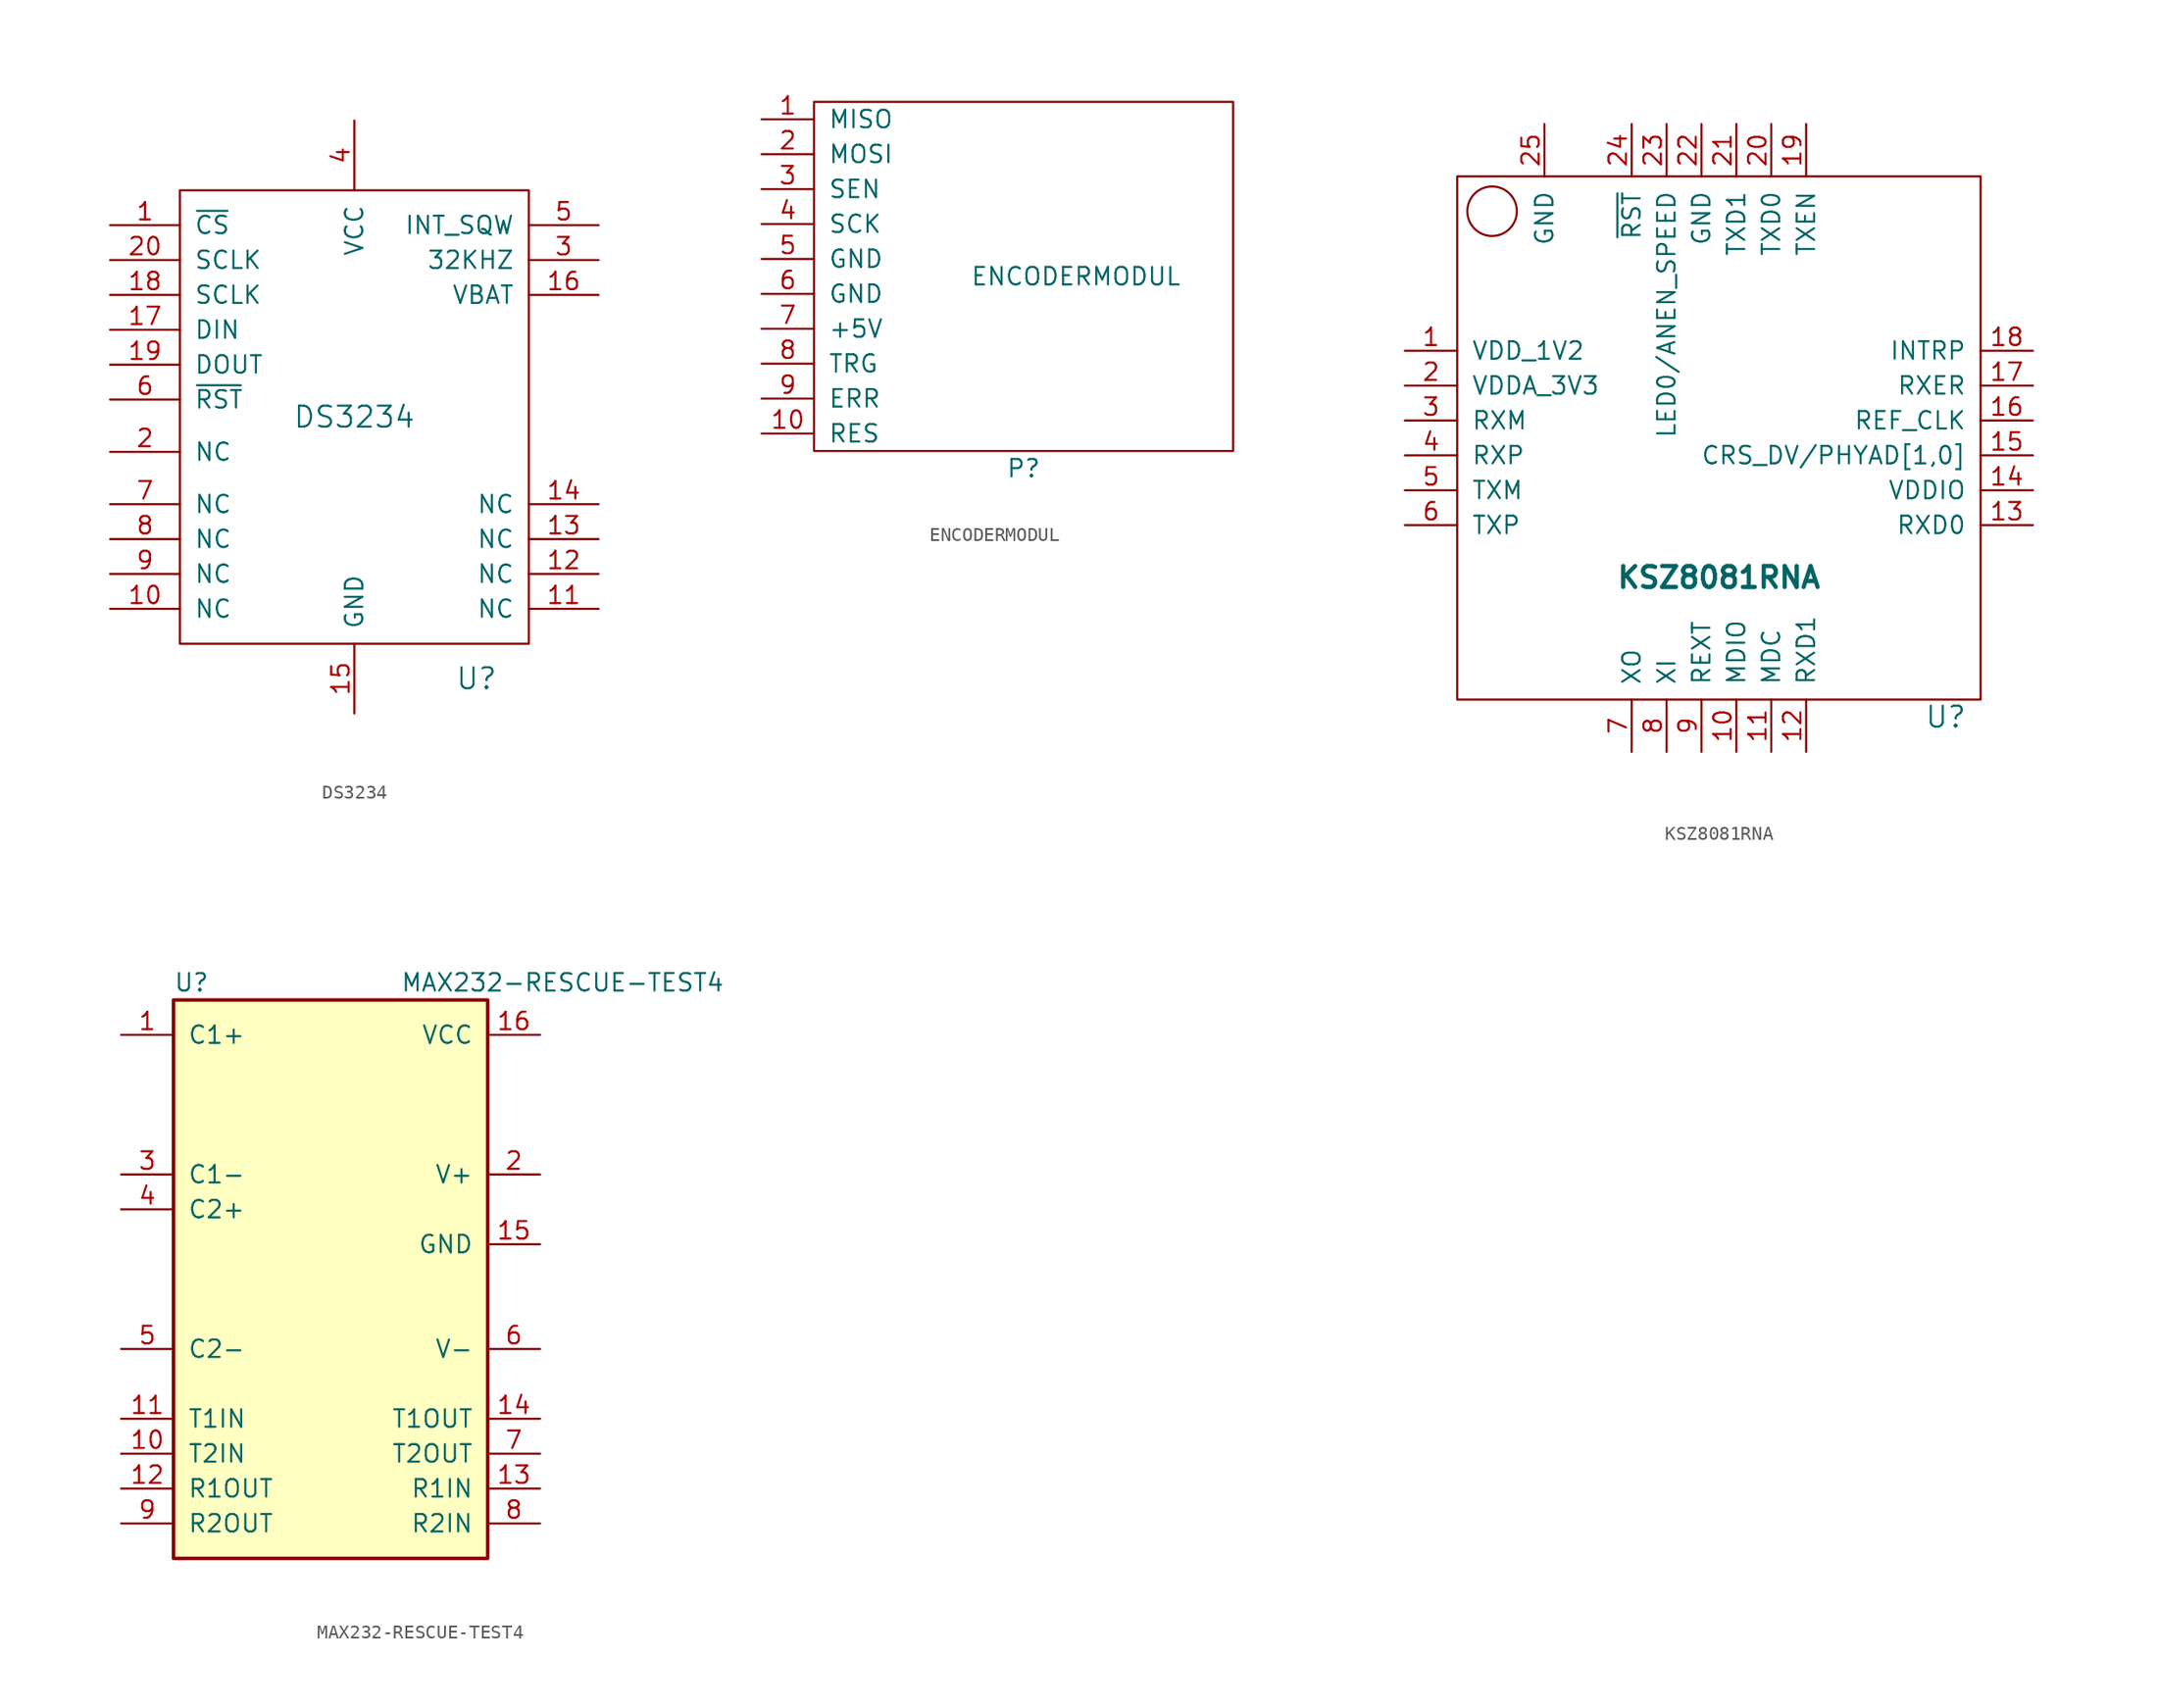
<source format=kicad_sym>
(kicad_symbol_lib
  (version 20231120)
  (generator "kicad_symbol_editor")
  (generator_version "8.0")
  (symbol "DS3234"
    (pin_names
      (offset 1.016))
    (property "Reference" "U"
      (at 8.89 -19.05 0)
      (effects (font (size 1.524 1.524))))
    (property "Value" "DS3234"
      (at 0 0 0)
      (effects (font (size 1.524 1.524))))
    (property "Footprint" ""
      (at 0 -5.08 0)
      (effects (font (size 1.524 1.524))))
    (property "Datasheet" ""
      (at 0 -5.08 0)
      (effects (font (size 1.524 1.524))))
    (symbol "DS3234_0_1"
      (rectangle (start -12.7 16.51) (end 12.7 -16.51) (stroke (width 0) (type solid)) (fill (type none))))
    (symbol "DS3234_1_1"
      (pin input line (at -17.78 13.97 0) (length 5.08) (name "~{CS}" (effects (font (size 1.27 1.27)))) (number "1" (effects (font (size 1.27 1.27)))))
      (pin passive line (at -17.78 -13.97 0) (length 5.08) (name "NC" (effects (font (size 1.27 1.27)))) (number "10" (effects (font (size 1.27 1.27)))))
      (pin passive line (at 17.78 -13.97 180) (length 5.08) (name "NC" (effects (font (size 1.27 1.27)))) (number "11" (effects (font (size 1.27 1.27)))))
      (pin passive line (at 17.78 -11.43 180) (length 5.08) (name "NC" (effects (font (size 1.27 1.27)))) (number "12" (effects (font (size 1.27 1.27)))))
      (pin passive line (at 17.78 -8.89 180) (length 5.08) (name "NC" (effects (font (size 1.27 1.27)))) (number "13" (effects (font (size 1.27 1.27)))))
      (pin passive line (at 17.78 -6.35 180) (length 5.08) (name "NC" (effects (font (size 1.27 1.27)))) (number "14" (effects (font (size 1.27 1.27)))))
      (pin power_in line (at 0 -21.59 90) (length 5.08) (name "GND" (effects (font (size 1.27 1.27)))) (number "15" (effects (font (size 1.27 1.27)))))
      (pin power_in line (at 17.78 8.89 180) (length 5.08) (name "VBAT" (effects (font (size 1.27 1.27)))) (number "16" (effects (font (size 1.27 1.27)))))
      (pin input line (at -17.78 6.35 0) (length 5.08) (name "DIN" (effects (font (size 1.27 1.27)))) (number "17" (effects (font (size 1.27 1.27)))))
      (pin input line (at -17.78 8.89 0) (length 5.08) (name "SCLK" (effects (font (size 1.27 1.27)))) (number "18" (effects (font (size 1.27 1.27)))))
      (pin output line (at -17.78 3.81 0) (length 5.08) (name "DOUT" (effects (font (size 1.27 1.27)))) (number "19" (effects (font (size 1.27 1.27)))))
      (pin passive line (at -17.78 -2.54 0) (length 5.08) (name "NC" (effects (font (size 1.27 1.27)))) (number "2" (effects (font (size 1.27 1.27)))))
      (pin input line (at -17.78 11.43 0) (length 5.08) (name "SCLK" (effects (font (size 1.27 1.27)))) (number "20" (effects (font (size 1.27 1.27)))))
      (pin output line (at 17.78 11.43 180) (length 5.08) (name "32KHZ" (effects (font (size 1.27 1.27)))) (number "3" (effects (font (size 1.27 1.27)))))
      (pin power_in line (at 0 21.59 270) (length 5.08) (name "VCC" (effects (font (size 1.27 1.27)))) (number "4" (effects (font (size 1.27 1.27)))))
      (pin output line (at 17.78 13.97 180) (length 5.08) (name "INT_SQW" (effects (font (size 1.27 1.27)))) (number "5" (effects (font (size 1.27 1.27)))))
      (pin input line (at -17.78 1.27 0) (length 5.08) (name "~{RST}" (effects (font (size 1.27 1.27)))) (number "6" (effects (font (size 1.27 1.27)))))
      (pin passive line (at -17.78 -6.35 0) (length 5.08) (name "NC" (effects (font (size 1.27 1.27)))) (number "7" (effects (font (size 1.27 1.27)))))
      (pin passive line (at -17.78 -8.89 0) (length 5.08) (name "NC" (effects (font (size 1.27 1.27)))) (number "8" (effects (font (size 1.27 1.27)))))
      (pin passive line (at -17.78 -11.43 0) (length 5.08) (name "NC" (effects (font (size 1.27 1.27)))) (number "9" (effects (font (size 1.27 1.27)))))))
  (symbol "ENCODERMODUL"
    (pin_names
      (offset 1.016))
    (property "Reference" "P"
      (at 0 -13.97 0)
      (effects (font (size 1.27 1.27))))
    (property "Value" "ENCODERMODUL"
      (at 3.81 0 0)
      (effects (font (size 1.27 1.27))))
    (property "Footprint" ""
      (at 1.27 1.27 0)
      (effects (font (size 1.27 1.27))))
    (property "Datasheet" ""
      (at 1.27 1.27 0)
      (effects (font (size 1.27 1.27))))
    (symbol "ENCODERMODUL_0_1"
      (rectangle (start -15.24 12.7) (end 15.24 -12.7) (stroke (width 0) (type solid)) (fill (type none))))
    (symbol "ENCODERMODUL_1_1"
      (pin output line (at -19.05 11.43 0) (length 3.81) (name "MISO" (effects (font (size 1.27 1.27)))) (number "1" (effects (font (size 1.27 1.27)))))
      (pin input line (at -19.05 -11.43 0) (length 3.81) (name "RES" (effects (font (size 1.27 1.27)))) (number "10" (effects (font (size 1.27 1.27)))))
      (pin input line (at -19.05 8.89 0) (length 3.81) (name "MOSI" (effects (font (size 1.27 1.27)))) (number "2" (effects (font (size 1.27 1.27)))))
      (pin input line (at -19.05 6.35 0) (length 3.81) (name "SEN" (effects (font (size 1.27 1.27)))) (number "3" (effects (font (size 1.27 1.27)))))
      (pin input line (at -19.05 3.81 0) (length 3.81) (name "SCK" (effects (font (size 1.27 1.27)))) (number "4" (effects (font (size 1.27 1.27)))))
      (pin power_in line (at -19.05 1.27 0) (length 3.81) (name "GND" (effects (font (size 1.27 1.27)))) (number "5" (effects (font (size 1.27 1.27)))))
      (pin power_in line (at -19.05 -1.27 0) (length 3.81) (name "GND" (effects (font (size 1.27 1.27)))) (number "6" (effects (font (size 1.27 1.27)))))
      (pin power_in line (at -19.05 -3.81 0) (length 3.81) (name "+5V" (effects (font (size 1.27 1.27)))) (number "7" (effects (font (size 1.27 1.27)))))
      (pin input line (at -19.05 -6.35 0) (length 3.81) (name "TRG" (effects (font (size 1.27 1.27)))) (number "8" (effects (font (size 1.27 1.27)))))
      (pin output line (at -19.05 -8.89 0) (length 3.81) (name "ERR" (effects (font (size 1.27 1.27)))) (number "9" (effects (font (size 1.27 1.27)))))))
  (symbol "KSZ8081RNA"
    (pin_names
      (offset 1.016))
    (property "Reference" "U"
      (at 16.51 -20.32 0)
      (effects (font (size 1.524 1.524))))
    (property "Value" "KSZ8081RNA"
      (at 0 -10.16 0)
      (effects (font (size 1.524 1.524) (bold yes))))
    (property "Footprint" ""
      (at 0 0 0)
      (effects (font (size 1.524 1.524))))
    (property "Datasheet" ""
      (at 0 0 0)
      (effects (font (size 1.524 1.524))))
    (symbol "KSZ8081RNA_0_1"
      (rectangle (start -19.05 19.05) (end 19.05 -19.05) (stroke (width 0) (type solid)) (fill (type none)))
      (circle (center -16.51 16.51) (radius 1.803) (stroke (width 0) (type solid)) (fill (type none))))
    (symbol "KSZ8081RNA_1_1"
      (pin passive line (at -22.86 6.35 0) (length 3.81) (name "VDD_1V2" (effects (font (size 1.27 1.27)))) (number "1" (effects (font (size 1.27 1.27)))))
      (pin passive line (at 1.27 -22.86 90) (length 3.81) (name "MDIO" (effects (font (size 1.27 1.27)))) (number "10" (effects (font (size 1.27 1.27)))))
      (pin passive line (at 3.81 -22.86 90) (length 3.81) (name "MDC" (effects (font (size 1.27 1.27)))) (number "11" (effects (font (size 1.27 1.27)))))
      (pin passive line (at 6.35 -22.86 90) (length 3.81) (name "RXD1" (effects (font (size 1.27 1.27)))) (number "12" (effects (font (size 1.27 1.27)))))
      (pin passive line (at 22.86 -6.35 180) (length 3.81) (name "RXD0" (effects (font (size 1.27 1.27)))) (number "13" (effects (font (size 1.27 1.27)))))
      (pin passive line (at 22.86 -3.81 180) (length 3.81) (name "VDDIO" (effects (font (size 1.27 1.27)))) (number "14" (effects (font (size 1.27 1.27)))))
      (pin passive line (at 22.86 -1.27 180) (length 3.81) (name "CRS_DV/PHYAD[1,0]" (effects (font (size 1.27 1.27)))) (number "15" (effects (font (size 1.27 1.27)))))
      (pin passive line (at 22.86 1.27 180) (length 3.81) (name "REF_CLK" (effects (font (size 1.27 1.27)))) (number "16" (effects (font (size 1.27 1.27)))))
      (pin passive line (at 22.86 3.81 180) (length 3.81) (name "RXER" (effects (font (size 1.27 1.27)))) (number "17" (effects (font (size 1.27 1.27)))))
      (pin passive line (at 22.86 6.35 180) (length 3.81) (name "INTRP" (effects (font (size 1.27 1.27)))) (number "18" (effects (font (size 1.27 1.27)))))
      (pin passive line (at 6.35 22.86 270) (length 3.81) (name "TXEN" (effects (font (size 1.27 1.27)))) (number "19" (effects (font (size 1.27 1.27)))))
      (pin passive line (at -22.86 3.81 0) (length 3.81) (name "VDDA_3V3" (effects (font (size 1.27 1.27)))) (number "2" (effects (font (size 1.27 1.27)))))
      (pin passive line (at 3.81 22.86 270) (length 3.81) (name "TXD0" (effects (font (size 1.27 1.27)))) (number "20" (effects (font (size 1.27 1.27)))))
      (pin passive line (at 1.27 22.86 270) (length 3.81) (name "TXD1" (effects (font (size 1.27 1.27)))) (number "21" (effects (font (size 1.27 1.27)))))
      (pin passive line (at -1.27 22.86 270) (length 3.81) (name "GND" (effects (font (size 1.27 1.27)))) (number "22" (effects (font (size 1.27 1.27)))))
      (pin passive line (at -3.81 22.86 270) (length 3.81) (name "LED0/ANEN_SPEED" (effects (font (size 1.27 1.27)))) (number "23" (effects (font (size 1.27 1.27)))))
      (pin passive line (at -6.35 22.86 270) (length 3.81) (name "~{RST}" (effects (font (size 1.27 1.27)))) (number "24" (effects (font (size 1.27 1.27)))))
      (pin passive line (at -12.7 22.86 270) (length 3.81) (name "GND" (effects (font (size 1.27 1.27)))) (number "25" (effects (font (size 1.27 1.27)))))
      (pin passive line (at -22.86 1.27 0) (length 3.81) (name "RXM" (effects (font (size 1.27 1.27)))) (number "3" (effects (font (size 1.27 1.27)))))
      (pin passive line (at -22.86 -1.27 0) (length 3.81) (name "RXP" (effects (font (size 1.27 1.27)))) (number "4" (effects (font (size 1.27 1.27)))))
      (pin passive line (at -22.86 -3.81 0) (length 3.81) (name "TXM" (effects (font (size 1.27 1.27)))) (number "5" (effects (font (size 1.27 1.27)))))
      (pin passive line (at -22.86 -6.35 0) (length 3.81) (name "TXP" (effects (font (size 1.27 1.27)))) (number "6" (effects (font (size 1.27 1.27)))))
      (pin passive line (at -6.35 -22.86 90) (length 3.81) (name "XO" (effects (font (size 1.27 1.27)))) (number "7" (effects (font (size 1.27 1.27)))))
      (pin passive line (at -3.81 -22.86 90) (length 3.81) (name "XI" (effects (font (size 1.27 1.27)))) (number "8" (effects (font (size 1.27 1.27)))))
      (pin passive line (at -1.27 -22.86 90) (length 3.81) (name "REXT" (effects (font (size 1.27 1.27)))) (number "9" (effects (font (size 1.27 1.27)))))))
  (symbol "MAX232-RESCUE-TEST4"
    (pin_names
      (offset 1.016))
    (property "Reference" "U"
      (at -11.43 21.59 0)
      (effects (font (size 1.27 1.27)) (justify left)))
    (property "Value" "MAX232-RESCUE-TEST4"
      (at 5.08 21.59 0)
      (effects (font (size 1.27 1.27)) (justify left)))
    (property "Footprint" ""
      (at 0 0 0)
      (effects (font (size 1.27 1.27))))
    (property "Datasheet" ""
      (at 0 0 0)
      (effects (font (size 1.27 1.27))))
    (symbol "MAX232-RESCUE-TEST4_0_1"
      (rectangle (start -11.43 -20.32) (end 11.43 20.32) (stroke (width 0.254) (type solid)) (fill (type background))))
    (symbol "MAX232-RESCUE-TEST4_1_1"
      (pin passive line (at -15.24 17.78 0) (length 3.81) (name "C1+" (effects (font (size 1.27 1.27)))) (number "1" (effects (font (size 1.27 1.27)))))
      (pin input line (at -15.24 -12.7 0) (length 3.81) (name "T2IN" (effects (font (size 1.27 1.27)))) (number "10" (effects (font (size 1.27 1.27)))))
      (pin input line (at -15.24 -10.16 0) (length 3.81) (name "T1IN" (effects (font (size 1.27 1.27)))) (number "11" (effects (font (size 1.27 1.27)))))
      (pin output line (at -15.24 -15.24 0) (length 3.81) (name "R1OUT" (effects (font (size 1.27 1.27)))) (number "12" (effects (font (size 1.27 1.27)))))
      (pin input line (at 15.24 -15.24 180) (length 3.81) (name "R1IN" (effects (font (size 1.27 1.27)))) (number "13" (effects (font (size 1.27 1.27)))))
      (pin output line (at 15.24 -10.16 180) (length 3.81) (name "T1OUT" (effects (font (size 1.27 1.27)))) (number "14" (effects (font (size 1.27 1.27)))))
      (pin passive line (at 15.24 2.54 180) (length 3.81) (name "GND" (effects (font (size 1.27 1.27)))) (number "15" (effects (font (size 1.27 1.27)))))
      (pin passive line (at 15.24 17.78 180) (length 3.81) (name "VCC" (effects (font (size 1.27 1.27)))) (number "16" (effects (font (size 1.27 1.27)))))
      (pin passive line (at 15.24 7.62 180) (length 3.81) (name "V+" (effects (font (size 1.27 1.27)))) (number "2" (effects (font (size 1.27 1.27)))))
      (pin passive line (at -15.24 7.62 0) (length 3.81) (name "C1-" (effects (font (size 1.27 1.27)))) (number "3" (effects (font (size 1.27 1.27)))))
      (pin passive line (at -15.24 5.08 0) (length 3.81) (name "C2+" (effects (font (size 1.27 1.27)))) (number "4" (effects (font (size 1.27 1.27)))))
      (pin passive line (at -15.24 -5.08 0) (length 3.81) (name "C2-" (effects (font (size 1.27 1.27)))) (number "5" (effects (font (size 1.27 1.27)))))
      (pin passive line (at 15.24 -5.08 180) (length 3.81) (name "V-" (effects (font (size 1.27 1.27)))) (number "6" (effects (font (size 1.27 1.27)))))
      (pin output line (at 15.24 -12.7 180) (length 3.81) (name "T2OUT" (effects (font (size 1.27 1.27)))) (number "7" (effects (font (size 1.27 1.27)))))
      (pin input line (at 15.24 -17.78 180) (length 3.81) (name "R2IN" (effects (font (size 1.27 1.27)))) (number "8" (effects (font (size 1.27 1.27)))))
      (pin output line (at -15.24 -17.78 0) (length 3.81) (name "R2OUT" (effects (font (size 1.27 1.27)))) (number "9" (effects (font (size 1.27 1.27))))))))
</source>
